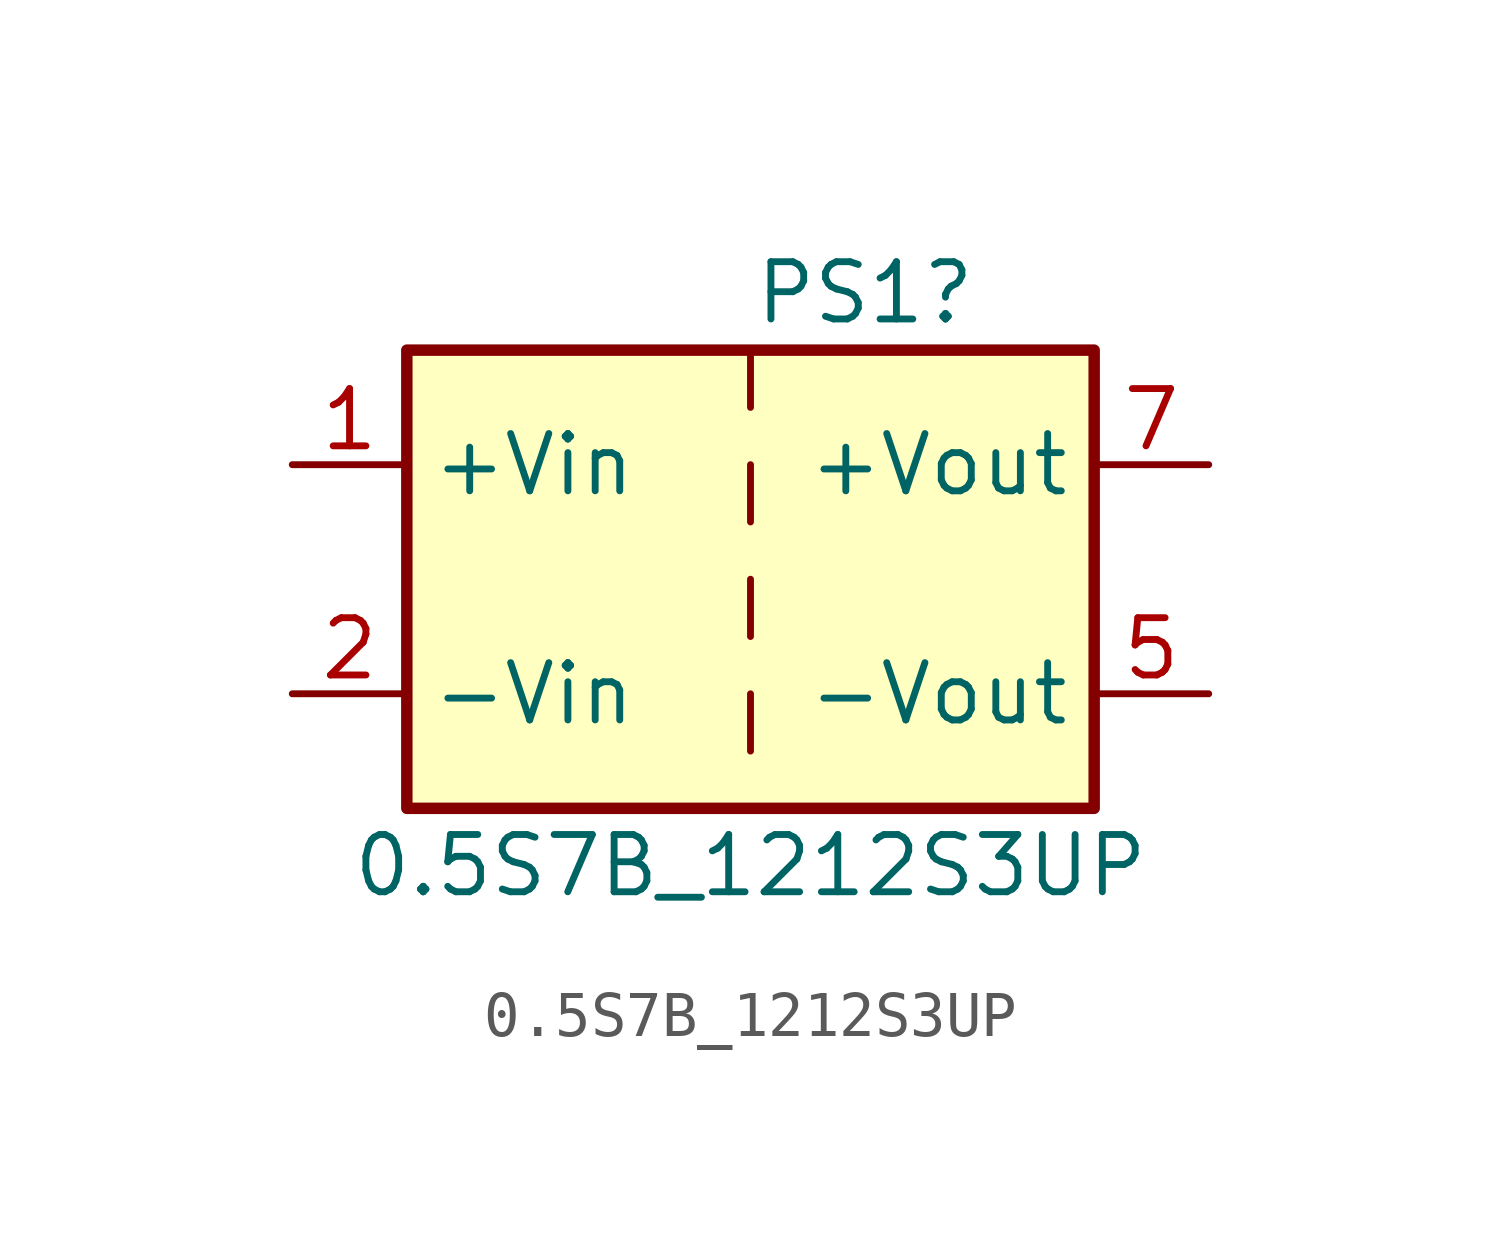
<source format=kicad_sym>
(kicad_symbol_lib
  (version 20211014)
  (generator kicad_symbol_editor)
  (symbol "0.5S7B_1212S3UP"
    (property "Reference" "PS1"
      (at 2.54 6.35 0)
      (effects (font (size 1.27 1.27))))
    (property "Value" "0.5S7B_1212S3UP"
      (at 0 -6.35 0)
      (effects (font (size 1.27 1.27))))
    (symbol "0.5S7B_1212S3UP_0_0"
      (pin power_in line (at -10.16 2.54 0) (length 2.54) (name "+Vin" (effects (font (size 1.27 1.27)))) (number "1" (effects (font (size 1.27 1.27)))))
      (pin power_in line (at -10.16 -2.54 0) (length 2.54) (name "-Vin" (effects (font (size 1.27 1.27)))) (number "2" (effects (font (size 1.27 1.27)))))
      (pin power_out line (at 10.16 -2.54 180) (length 2.54) (name "-Vout" (effects (font (size 1.27 1.27)))) (number "5" (effects (font (size 1.27 1.27)))))
      (pin power_out line (at 10.16 2.54 180) (length 2.54) (name "+Vout" (effects (font (size 1.27 1.27)))) (number "7" (effects (font (size 1.27 1.27))))))
    (symbol "0.5S7B_1212S3UP_0_1"
      (rectangle (start -7.62 5.08) (end 7.62 -5.08) (stroke (width 0.254) (type default) (color 0 0 0 0)) (fill (type background)))
      (polyline (pts (xy 0 -2.54) (xy 0 -3.81)) (stroke (width 0) (type default) (color 0 0 0 0)) (fill (type none)))
      (polyline (pts (xy 0 0) (xy 0 -1.27)) (stroke (width 0) (type default) (color 0 0 0 0)) (fill (type none)))
      (polyline (pts (xy 0 2.54) (xy 0 1.27)) (stroke (width 0) (type default) (color 0 0 0 0)) (fill (type none)))
      (polyline (pts (xy 0 5.08) (xy 0 3.81)) (stroke (width 0) (type default) (color 0 0 0 0)) (fill (type none))))))
</source>
